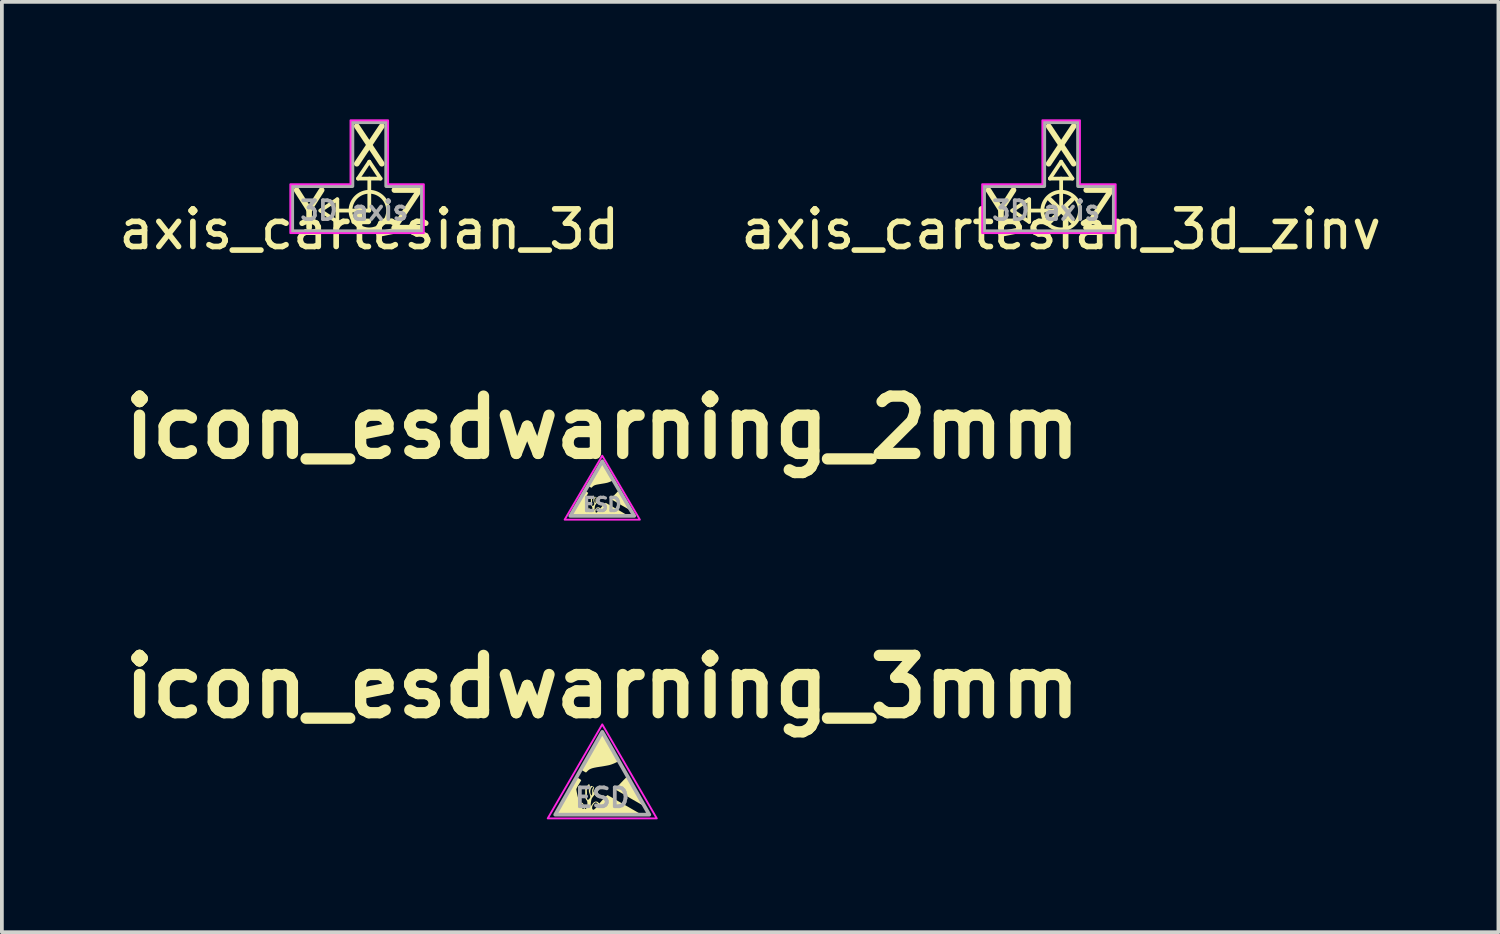
<source format=kicad_pcb>
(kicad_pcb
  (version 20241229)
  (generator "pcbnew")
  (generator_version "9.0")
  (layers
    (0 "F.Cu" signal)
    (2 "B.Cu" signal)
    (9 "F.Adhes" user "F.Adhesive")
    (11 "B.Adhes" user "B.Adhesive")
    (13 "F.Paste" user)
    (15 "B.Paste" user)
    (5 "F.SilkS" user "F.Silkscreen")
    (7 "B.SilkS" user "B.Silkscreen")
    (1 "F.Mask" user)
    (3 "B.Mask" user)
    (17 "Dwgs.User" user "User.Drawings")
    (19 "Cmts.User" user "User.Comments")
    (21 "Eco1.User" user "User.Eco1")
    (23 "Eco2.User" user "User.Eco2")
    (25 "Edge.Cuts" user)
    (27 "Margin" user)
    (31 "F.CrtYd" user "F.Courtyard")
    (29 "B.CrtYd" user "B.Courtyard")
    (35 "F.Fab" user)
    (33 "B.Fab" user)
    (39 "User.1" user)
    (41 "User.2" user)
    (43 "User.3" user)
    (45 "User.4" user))
  (footprint "axis_cartesian_3d"
    (layer "F.Cu")
    (at 6.768 2.548)
    (property "Reference" "axis_cartesian_3d" (at 0 0.5 0) (unlocked yes) (layer "F.SilkS") (effects (font (size 1 1) (thickness 0.15))))
    (attr exclude_from_pos_files exclude_from_bom)
    (fp_line (start -1.3 0) (end -0.85 0.3) (stroke (width 0.1) (type solid)) (layer "F.SilkS"))
    (fp_line (start -0.85 -0.3) (end -1.3 0) (stroke (width 0.1) (type solid)) (layer "F.SilkS"))
    (fp_line (start -0.85 0.3) (end -0.85 -0.3) (stroke (width 0.1) (type solid)) (layer "F.SilkS"))
    (fp_line (start -0.3 -0.85) (end 0.3 -0.85) (stroke (width 0.1) (type solid)) (layer "F.SilkS"))
    (fp_line (start 0 -1.3) (end -0.3 -0.85) (stroke (width 0.1) (type solid)) (layer "F.SilkS"))
    (fp_line (start 0 0) (end -0.85 0) (stroke (width 0.1) (type solid)) (layer "F.SilkS"))
    (fp_line (start 0 0) (end 0 -0.85) (stroke (width 0.1) (type solid)) (layer "F.SilkS"))
    (fp_line (start 0.3 -0.85) (end 0 -1.3) (stroke (width 0.1) (type solid)) (layer "F.SilkS"))
    (fp_circle (center 0 0) (end 0.5 0) (stroke (width 0.1) (type solid)) (fill no) (layer "F.SilkS"))
    (fp_poly (pts (xy 0.5 -0.7) (xy 1.45 -0.7) (xy 1.45 0.6) (xy -2.1 0.6) (xy -2.1 -0.7) (xy -0.5 -0.7) (xy -0.5 -2.4) (xy 0.5 -2.4)) (stroke (width 0.05) (type solid)) (fill no) (layer "F.CrtYd"))
    (fp_poly (pts (xy 0.45 -0.65) (xy 1.4 -0.65) (xy 1.4 0.55) (xy -2.05 0.55) (xy -2.05 -0.65) (xy -0.45 -0.65) (xy -0.45 -2.35) (xy 0.45 -2.35)) (stroke (width 0.1) (type solid)) (fill no) (layer "F.Fab"))
    (fp_text user "X" (at 0 -1.7 0) (layer "F.SilkS") (effects (font (size 1 1) (thickness 0.15))))
    (fp_text user "Z" (at 1 0 0) (layer "F.SilkS") (effects (font (size 1 1) (thickness 0.15))))
    (fp_text user "Y" (at -1.6 0 0) (unlocked yes) (layer "F.SilkS") (effects (font (size 1 1) (thickness 0.15))))
    (fp_text user "3D axis" (at -0.4 0 0) (unlocked yes) (layer "F.Fab") (effects (font (size 0.5 0.5) (thickness 0.1)))))
  (footprint "icon_esdwarning_3mm"
    (layer "F.Cu")
    (at 12.961 17.558)
    (property "Reference" "icon_esdwarning_3mm" (at 0 -2.35 0) (layer "F.SilkS") (effects (font (size 1.524 1.524) (thickness 0.3))))
    (attr exclude_from_pos_files exclude_from_bom)
    (fp_poly (pts (xy 0.807 0.247) (xy 0.85 0.322) (xy 0.897 0.403) (xy 0.945 0.486) (xy 0.99 0.565) (xy 1.03 0.634) (xy 1.044 0.657) (xy 1.075 0.711) (xy 1.101 0.759) (xy 1.122 0.798) (xy 1.137 0.825) (xy 1.142 0.838) (xy 1.142 0.839) (xy 1.133 0.834) (xy 1.107 0.82) (xy 1.068 0.798) (xy 1.017 0.769) (xy 0.956 0.733) (xy 0.886 0.693) (xy 0.81 0.649) (xy 0.75 0.615) (xy 0.67 0.568) (xy 0.595 0.524) (xy 0.526 0.484) (xy 0.466 0.45) (xy 0.417 0.421) (xy 0.38 0.4) (xy 0.357 0.386) (xy 0.351 0.382) (xy 0.348 0.379) (xy 0.349 0.372) (xy 0.355 0.361) (xy 0.367 0.345) (xy 0.387 0.322) (xy 0.415 0.291) (xy 0.454 0.25) (xy 0.503 0.198) (xy 0.565 0.133) (xy 0.595 0.102) (xy 0.675 0.019)) (stroke (width 0) (type solid)) (fill yes) (layer "F.SilkS"))
    (fp_poly (pts (xy 0.006 -1.132) (xy 0.021 -1.108) (xy 0.043 -1.072) (xy 0.071 -1.024) (xy 0.104 -0.968) (xy 0.141 -0.905) (xy 0.18 -0.837) (xy 0.221 -0.768) (xy 0.261 -0.698) (xy 0.3 -0.63) (xy 0.337 -0.566) (xy 0.37 -0.508) (xy 0.398 -0.459) (xy 0.419 -0.421) (xy 0.433 -0.395) (xy 0.438 -0.384) (xy 0.431 -0.374) (xy 0.409 -0.359) (xy 0.376 -0.341) (xy 0.334 -0.321) (xy 0.289 -0.302) (xy 0.244 -0.285) (xy 0.202 -0.272) (xy 0.197 -0.27) (xy 0.16 -0.262) (xy 0.108 -0.252) (xy 0.048 -0.241) (xy -0.017 -0.23) (xy -0.059 -0.224) (xy -0.143 -0.211) (xy -0.21 -0.198) (xy -0.263 -0.185) (xy -0.305 -0.17) (xy -0.339 -0.153) (xy -0.367 -0.133) (xy -0.387 -0.114) (xy -0.41 -0.091) (xy -0.427 -0.075) (xy -0.433 -0.07) (xy -0.442 -0.075) (xy -0.464 -0.087) (xy -0.493 -0.104) (xy -0.525 -0.123) (xy -0.55 -0.139) (xy -0.562 -0.148) (xy -0.561 -0.157) (xy -0.551 -0.18) (xy -0.532 -0.218) (xy -0.504 -0.27) (xy -0.467 -0.337) (xy -0.421 -0.419) (xy -0.364 -0.518) (xy -0.298 -0.634) (xy -0.289 -0.649) (xy -0.237 -0.74) (xy -0.187 -0.825) (xy -0.142 -0.903) (xy -0.101 -0.972) (xy -0.066 -1.032) (xy -0.037 -1.08) (xy -0.016 -1.115) (xy -0.003 -1.135) (xy 0.000144 -1.14)) (stroke (width 0) (type solid)) (fill yes) (layer "F.SilkS"))
    (fp_poly (pts (xy -0.684 0.053) (xy -0.663 0.063) (xy -0.635 0.079) (xy -0.606 0.097) (xy -0.581 0.114) (xy -0.564 0.128) (xy -0.56 0.133) (xy -0.565 0.146) (xy -0.579 0.172) (xy -0.6 0.207) (xy -0.625 0.248) (xy -0.625 0.249) (xy -0.651 0.291) (xy -0.671 0.329) (xy -0.685 0.358) (xy -0.69 0.375) (xy -0.688 0.394) (xy -0.682 0.427) (xy -0.673 0.471) (xy -0.663 0.519) (xy -0.652 0.568) (xy -0.641 0.613) (xy -0.632 0.648) (xy -0.629 0.66) (xy -0.611 0.7) (xy -0.588 0.722) (xy -0.557 0.73) (xy -0.554 0.73) (xy -0.531 0.734) (xy -0.513 0.748) (xy -0.499 0.774) (xy -0.486 0.817) (xy -0.481 0.837) (xy -0.469 0.877) (xy -0.457 0.898) (xy -0.443 0.901) (xy -0.427 0.885) (xy -0.426 0.884) (xy -0.269 0.884) (xy -0.259 0.908) (xy -0.239 0.919) (xy -0.232 0.92) (xy -0.218 0.913) (xy -0.195 0.896) (xy -0.169 0.871) (xy -0.141 0.842) (xy -0.127 0.82) (xy -0.121 0.799) (xy -0.12 0.787) (xy -0.124 0.757) (xy -0.14 0.738) (xy -0.146 0.733) (xy -0.166 0.724) (xy -0.184 0.725) (xy -0.204 0.739) (xy -0.229 0.768) (xy -0.238 0.779) (xy -0.259 0.815) (xy -0.269 0.851) (xy -0.269 0.884) (xy -0.426 0.884) (xy -0.419 0.873) (xy -0.405 0.846) (xy -0.398 0.817) (xy -0.395 0.778) (xy -0.395 0.764) (xy -0.396 0.725) (xy -0.4 0.697) (xy -0.41 0.676) (xy -0.424 0.656) (xy -0.435 0.64) (xy -0.443 0.625) (xy -0.448 0.607) (xy -0.451 0.581) (xy -0.452 0.545) (xy -0.453 0.492) (xy -0.453 0.491) (xy -0.453 0.363) (xy -0.41 0.301) (xy -0.389 0.272) (xy -0.371 0.25) (xy -0.361 0.24) (xy -0.361 0.24) (xy -0.348 0.245) (xy -0.337 0.253) (xy -0.33 0.261) (xy -0.33 0.271) (xy -0.341 0.288) (xy -0.362 0.315) (xy -0.367 0.32) (xy -0.39 0.349) (xy -0.404 0.37) (xy -0.409 0.39) (xy -0.409 0.415) (xy -0.408 0.437) (xy -0.406 0.479) (xy -0.408 0.52) (xy -0.41 0.541) (xy -0.413 0.576) (xy -0.408 0.611) (xy -0.399 0.64) (xy -0.387 0.656) (xy -0.384 0.657) (xy -0.369 0.653) (xy -0.35 0.637) (xy -0.332 0.614) (xy -0.319 0.591) (xy -0.318 0.585) (xy -0.319 0.562) (xy -0.326 0.53) (xy -0.333 0.508) (xy -0.349 0.461) (xy -0.354 0.437) (xy -0.318 0.437) (xy -0.314 0.48) (xy -0.306 0.504) (xy -0.292 0.531) (xy -0.281 0.54) (xy -0.273 0.529) (xy -0.268 0.499) (xy -0.267 0.452) (xy -0.268 0.448) (xy -0.268 0.404) (xy -0.266 0.377) (xy -0.262 0.362) (xy -0.255 0.356) (xy -0.243 0.345) (xy -0.24 0.328) (xy -0.246 0.315) (xy -0.257 0.312) (xy -0.281 0.326) (xy -0.3 0.355) (xy -0.313 0.394) (xy -0.318 0.437) (xy -0.354 0.437) (xy -0.356 0.427) (xy -0.356 0.4) (xy -0.348 0.373) (xy -0.341 0.358) (xy -0.321 0.319) (xy -0.306 0.296) (xy -0.292 0.286) (xy -0.278 0.287) (xy -0.263 0.294) (xy -0.234 0.311) (xy -0.219 0.322) (xy -0.216 0.334) (xy -0.222 0.351) (xy -0.226 0.359) (xy -0.237 0.403) (xy -0.236 0.425) (xy -0.226 0.456) (xy -0.212 0.467) (xy -0.195 0.459) (xy -0.193 0.457) (xy -0.184 0.441) (xy -0.189 0.422) (xy -0.19 0.421) (xy -0.196 0.398) (xy -0.189 0.371) (xy -0.189 0.371) (xy -0.177 0.343) (xy -0.133 0.368) (xy -0.115 0.378) (xy -0.103 0.386) (xy -0.099 0.396) (xy -0.103 0.408) (xy -0.118 0.428) (xy -0.144 0.456) (xy -0.182 0.496) (xy -0.188 0.503) (xy -0.221 0.541) (xy -0.25 0.577) (xy -0.272 0.609) (xy -0.28 0.623) (xy -0.288 0.649) (xy -0.295 0.683) (xy -0.301 0.722) (xy -0.305 0.76) (xy -0.307 0.792) (xy -0.306 0.814) (xy -0.302 0.82) (xy -0.293 0.812) (xy -0.278 0.792) (xy -0.272 0.78) (xy -0.24 0.737) (xy -0.205 0.71) (xy -0.168 0.699) (xy -0.132 0.706) (xy -0.104 0.727) (xy -0.078 0.755) (xy -0.022 0.69) (xy 0.01 0.654) (xy 0.044 0.618) (xy 0.077 0.585) (xy 0.106 0.557) (xy 0.128 0.538) (xy 0.14 0.53) (xy 0.14 0.53) (xy 0.15 0.535) (xy 0.174 0.549) (xy 0.212 0.57) (xy 0.262 0.598) (xy 0.321 0.632) (xy 0.387 0.67) (xy 0.459 0.711) (xy 0.535 0.755) (xy 0.613 0.799) (xy 0.69 0.843) (xy 0.765 0.887) (xy 0.836 0.928) (xy 0.901 0.965) (xy 0.958 0.998) (xy 1.005 1.025) (xy 1.03 1.041) (xy 1.023 1.042) (xy 0.996 1.043) (xy 0.951 1.044) (xy 0.889 1.045) (xy 0.812 1.046) (xy 0.719 1.047) (xy 0.611 1.048) (xy 0.491 1.048) (xy 0.358 1.049) (xy 0.215 1.049) (xy 0.061 1.05) (xy -0.102 1.05) (xy -0.114 1.05) (xy -1.273 1.05) (xy -1.258 1.028) (xy -1.251 1.015) (xy -1.234 0.986) (xy -1.209 0.944) (xy -1.178 0.889) (xy -1.14 0.824) (xy -1.11 0.772) (xy -0.586 0.772) (xy -0.579 0.802) (xy -0.57 0.822) (xy -0.544 0.866) (xy -0.522 0.892) (xy -0.502 0.9) (xy -0.494 0.896) (xy -0.492 0.881) (xy -0.494 0.858) (xy -0.506 0.813) (xy -0.524 0.778) (xy -0.546 0.756) (xy -0.558 0.752) (xy -0.579 0.755) (xy -0.586 0.772) (xy -1.11 0.772) (xy -1.097 0.749) (xy -1.05 0.668) (xy -0.999 0.58) (xy -0.97 0.53) (xy -0.919 0.441) (xy -0.871 0.357) (xy -0.826 0.28) (xy -0.787 0.212) (xy -0.753 0.154) (xy -0.726 0.107) (xy -0.707 0.073) (xy -0.696 0.055) (xy -0.694 0.051)) (stroke (width 0) (type solid)) (fill yes) (layer "F.SilkS"))
    (fp_poly (pts (xy 1.45 1.15) (xy -1.45 1.15) (xy 0 -1.35)) (stroke (width 0.05) (type solid)) (fill no) (layer "F.CrtYd"))
    (fp_poly (pts (xy 1.25 1.05) (xy -1.25 1.05) (xy 0 -1.15)) (stroke (width 0.1) (type solid)) (fill no) (layer "F.Fab"))
    (fp_text user "ESD" (at 0 0.6 0) (unlocked yes) (layer "F.Fab") (effects (font (size 0.5 0.5) (thickness 0.1)))))
  (footprint "icon_esdwarning_2mm"
    (layer "F.Cu")
    (at 12.961 9.965)
    (property "Reference" "icon_esdwarning_2mm" (at 0 -1.65 0) (layer "F.SilkS") (effects (font (size 1.524 1.524) (thickness 0.3))))
    (attr exclude_from_pos_files exclude_from_bom)
    (fp_poly (pts (xy 0.538 0.165) (xy 0.566 0.215) (xy 0.598 0.269) (xy 0.63 0.324) (xy 0.66 0.377) (xy 0.686 0.422) (xy 0.696 0.438) (xy 0.716 0.474) (xy 0.734 0.506) (xy 0.748 0.532) (xy 0.757 0.55) (xy 0.761 0.559) (xy 0.761 0.559) (xy 0.755 0.556) (xy 0.738 0.547) (xy 0.712 0.532) (xy 0.678 0.512) (xy 0.637 0.489) (xy 0.591 0.462) (xy 0.54 0.433) (xy 0.5 0.41) (xy 0.446 0.379) (xy 0.396 0.35) (xy 0.351 0.323) (xy 0.311 0.3) (xy 0.278 0.281) (xy 0.253 0.266) (xy 0.238 0.258) (xy 0.234 0.255) (xy 0.232 0.252) (xy 0.232 0.248) (xy 0.236 0.241) (xy 0.245 0.23) (xy 0.258 0.215) (xy 0.277 0.194) (xy 0.302 0.166) (xy 0.335 0.132) (xy 0.377 0.089) (xy 0.397 0.068) (xy 0.45 0.013)) (stroke (width 0) (type solid)) (fill yes) (layer "F.SilkS"))
    (fp_poly (pts (xy 0.004 -0.754) (xy 0.014 -0.739) (xy 0.028 -0.714) (xy 0.047 -0.683) (xy 0.069 -0.645) (xy 0.094 -0.603) (xy 0.12 -0.558) (xy 0.147 -0.512) (xy 0.174 -0.465) (xy 0.2 -0.42) (xy 0.225 -0.377) (xy 0.246 -0.339) (xy 0.265 -0.306) (xy 0.279 -0.281) (xy 0.289 -0.263) (xy 0.292 -0.256) (xy 0.287 -0.249) (xy 0.273 -0.239) (xy 0.25 -0.227) (xy 0.223 -0.214) (xy 0.193 -0.201) (xy 0.162 -0.19) (xy 0.134 -0.181) (xy 0.131 -0.18) (xy 0.106 -0.175) (xy 0.072 -0.168) (xy 0.032 -0.161) (xy -0.011 -0.154) (xy -0.039 -0.149) (xy -0.095 -0.14) (xy -0.14 -0.132) (xy -0.176 -0.123) (xy -0.204 -0.113) (xy -0.226 -0.102) (xy -0.245 -0.088) (xy -0.258 -0.076) (xy -0.273 -0.06) (xy -0.284 -0.05) (xy -0.288 -0.047) (xy -0.294 -0.05) (xy -0.309 -0.058) (xy -0.329 -0.069) (xy -0.35 -0.082) (xy -0.366 -0.092) (xy -0.375 -0.099) (xy -0.374 -0.105) (xy -0.367 -0.12) (xy -0.354 -0.145) (xy -0.336 -0.18) (xy -0.311 -0.224) (xy -0.28 -0.28) (xy -0.243 -0.345) (xy -0.199 -0.422) (xy -0.193 -0.433) (xy -0.158 -0.493) (xy -0.125 -0.55) (xy -0.095 -0.602) (xy -0.067 -0.648) (xy -0.044 -0.688) (xy -0.025 -0.72) (xy -0.011 -0.743) (xy -0.002 -0.757) (xy 0.000096 -0.76)) (stroke (width 0) (type solid)) (fill yes) (layer "F.SilkS"))
    (fp_poly (pts (xy -0.456 0.035) (xy -0.442 0.042) (xy -0.423 0.053) (xy -0.404 0.065) (xy -0.387 0.076) (xy -0.376 0.085) (xy -0.373 0.089) (xy -0.377 0.097) (xy -0.386 0.114) (xy -0.4 0.138) (xy -0.416 0.165) (xy -0.417 0.166) (xy -0.434 0.194) (xy -0.447 0.219) (xy -0.457 0.239) (xy -0.46 0.25) (xy -0.459 0.262) (xy -0.455 0.285) (xy -0.449 0.314) (xy -0.442 0.346) (xy -0.435 0.379) (xy -0.427 0.408) (xy -0.421 0.432) (xy -0.419 0.44) (xy -0.407 0.467) (xy -0.392 0.482) (xy -0.371 0.487) (xy -0.369 0.487) (xy -0.354 0.489) (xy -0.342 0.498) (xy -0.332 0.516) (xy -0.324 0.544) (xy -0.32 0.558) (xy -0.313 0.585) (xy -0.304 0.599) (xy -0.295 0.6) (xy -0.284 0.59) (xy -0.284 0.589) (xy -0.18 0.589) (xy -0.173 0.605) (xy -0.159 0.613) (xy -0.154 0.613) (xy -0.145 0.609) (xy -0.13 0.597) (xy -0.112 0.581) (xy -0.094 0.562) (xy -0.084 0.547) (xy -0.08 0.532) (xy -0.08 0.524) (xy -0.083 0.505) (xy -0.093 0.492) (xy -0.097 0.489) (xy -0.111 0.483) (xy -0.123 0.483) (xy -0.136 0.493) (xy -0.153 0.512) (xy -0.158 0.519) (xy -0.172 0.544) (xy -0.179 0.568) (xy -0.18 0.589) (xy -0.284 0.589) (xy -0.279 0.582) (xy -0.27 0.564) (xy -0.265 0.545) (xy -0.263 0.519) (xy -0.263 0.509) (xy -0.264 0.483) (xy -0.267 0.465) (xy -0.273 0.451) (xy -0.282 0.437) (xy -0.29 0.427) (xy -0.295 0.417) (xy -0.299 0.405) (xy -0.301 0.388) (xy -0.301 0.363) (xy -0.302 0.328) (xy -0.302 0.327) (xy -0.302 0.242) (xy -0.273 0.201) (xy -0.259 0.181) (xy -0.247 0.167) (xy -0.241 0.16) (xy -0.24 0.16) (xy -0.232 0.164) (xy -0.225 0.168) (xy -0.22 0.174) (xy -0.22 0.181) (xy -0.227 0.192) (xy -0.241 0.21) (xy -0.244 0.213) (xy -0.26 0.233) (xy -0.269 0.247) (xy -0.273 0.26) (xy -0.273 0.277) (xy -0.272 0.291) (xy -0.271 0.319) (xy -0.272 0.347) (xy -0.274 0.361) (xy -0.275 0.384) (xy -0.272 0.407) (xy -0.266 0.426) (xy -0.258 0.437) (xy -0.256 0.438) (xy -0.246 0.435) (xy -0.233 0.424) (xy -0.221 0.41) (xy -0.213 0.394) (xy -0.212 0.39) (xy -0.212 0.375) (xy -0.217 0.353) (xy -0.222 0.339) (xy -0.232 0.308) (xy -0.236 0.291) (xy -0.212 0.291) (xy -0.209 0.32) (xy -0.204 0.336) (xy -0.195 0.354) (xy -0.187 0.36) (xy -0.182 0.353) (xy -0.179 0.333) (xy -0.178 0.301) (xy -0.178 0.298) (xy -0.179 0.269) (xy -0.177 0.251) (xy -0.174 0.241) (xy -0.17 0.238) (xy -0.162 0.23) (xy -0.16 0.219) (xy -0.164 0.21) (xy -0.171 0.208) (xy -0.187 0.217) (xy -0.2 0.237) (xy -0.209 0.262) (xy -0.212 0.291) (xy -0.236 0.291) (xy -0.238 0.285) (xy -0.237 0.266) (xy -0.232 0.249) (xy -0.227 0.239) (xy -0.214 0.213) (xy -0.204 0.197) (xy -0.195 0.191) (xy -0.185 0.191) (xy -0.176 0.196) (xy -0.156 0.207) (xy -0.146 0.215) (xy -0.144 0.223) (xy -0.148 0.234) (xy -0.151 0.239) (xy -0.158 0.268) (xy -0.157 0.283) (xy -0.151 0.304) (xy -0.141 0.311) (xy -0.13 0.306) (xy -0.129 0.305) (xy -0.122 0.294) (xy -0.126 0.281) (xy -0.126 0.28) (xy -0.131 0.265) (xy -0.126 0.248) (xy -0.126 0.247) (xy -0.118 0.229) (xy -0.089 0.245) (xy -0.076 0.252) (xy -0.069 0.257) (xy -0.066 0.264) (xy -0.069 0.272) (xy -0.079 0.285) (xy -0.096 0.304) (xy -0.121 0.331) (xy -0.125 0.336) (xy -0.147 0.36) (xy -0.167 0.385) (xy -0.181 0.406) (xy -0.187 0.416) (xy -0.192 0.432) (xy -0.197 0.455) (xy -0.201 0.481) (xy -0.203 0.506) (xy -0.204 0.528) (xy -0.204 0.542) (xy -0.201 0.547) (xy -0.195 0.541) (xy -0.186 0.528) (xy -0.181 0.52) (xy -0.16 0.491) (xy -0.136 0.473) (xy -0.112 0.466) (xy -0.088 0.471) (xy -0.069 0.485) (xy -0.052 0.503) (xy -0.015 0.46) (xy 0.006 0.436) (xy 0.029 0.412) (xy 0.051 0.39) (xy 0.071 0.371) (xy 0.085 0.358) (xy 0.093 0.353) (xy 0.094 0.353) (xy 0.1 0.357) (xy 0.116 0.366) (xy 0.141 0.38) (xy 0.174 0.399) (xy 0.214 0.421) (xy 0.258 0.446) (xy 0.306 0.474) (xy 0.357 0.503) (xy 0.408 0.533) (xy 0.46 0.562) (xy 0.51 0.591) (xy 0.557 0.618) (xy 0.6 0.643) (xy 0.638 0.665) (xy 0.669 0.684) (xy 0.687 0.694) (xy 0.682 0.695) (xy 0.664 0.695) (xy 0.634 0.696) (xy 0.593 0.697) (xy 0.541 0.697) (xy 0.479 0.698) (xy 0.407 0.698) (xy 0.327 0.699) (xy 0.239 0.699) (xy 0.143 0.7) (xy 0.041 0.7) (xy -0.068 0.7) (xy -0.076 0.7) (xy -0.848 0.7) (xy -0.839 0.685) (xy -0.833 0.677) (xy -0.822 0.658) (xy -0.806 0.629) (xy -0.785 0.593) (xy -0.76 0.549) (xy -0.74 0.515) (xy -0.39 0.515) (xy -0.386 0.535) (xy -0.38 0.548) (xy -0.363 0.577) (xy -0.348 0.594) (xy -0.335 0.6) (xy -0.329 0.597) (xy -0.328 0.587) (xy -0.329 0.572) (xy -0.337 0.542) (xy -0.349 0.519) (xy -0.364 0.504) (xy -0.372 0.501) (xy -0.386 0.503) (xy -0.39 0.515) (xy -0.74 0.515) (xy -0.731 0.5) (xy -0.699 0.445) (xy -0.666 0.387) (xy -0.647 0.353) (xy -0.612 0.294) (xy -0.58 0.238) (xy -0.551 0.187) (xy -0.524 0.141) (xy -0.502 0.102) (xy -0.484 0.071) (xy -0.471 0.049) (xy -0.464 0.037) (xy -0.463 0.034)) (stroke (width 0) (type solid)) (fill yes) (layer "F.SilkS"))
    (fp_poly (pts (xy 1 0.8) (xy -1 0.8) (xy 0 -0.9)) (stroke (width 0.05) (type solid)) (fill no) (layer "F.CrtYd"))
    (fp_poly (pts (xy 0.85 0.7) (xy -0.85 0.7) (xy 0 -0.75)) (stroke (width 0.1) (type solid)) (fill no) (layer "F.Fab"))
    (fp_text user "ESD" (at 0 0.4 0) (unlocked yes) (layer "F.Fab") (effects (font (size 0.35 0.35) (thickness 0.087)))))
  (footprint "axis_cartesian_3d_zinv"
    (layer "F.Cu")
    (at 25.161 2.548)
    (property "Reference" "axis_cartesian_3d_zinv" (at 0 0.5 0) (unlocked yes) (layer "F.SilkS") (effects (font (size 1 1) (thickness 0.15))))
    (attr exclude_from_pos_files exclude_from_bom)
    (fp_line (start -1.3 0) (end -0.85 0.3) (stroke (width 0.1) (type solid)) (layer "F.SilkS"))
    (fp_line (start -0.85 -0.3) (end -1.3 0) (stroke (width 0.1) (type solid)) (layer "F.SilkS"))
    (fp_line (start -0.85 0.3) (end -0.85 -0.3) (stroke (width 0.1) (type solid)) (layer "F.SilkS"))
    (fp_line (start -0.3 -0.85) (end 0.3 -0.85) (stroke (width 0.1) (type solid)) (layer "F.SilkS"))
    (fp_line (start -0.3 -0.3) (end 0.3 0.3) (stroke (width 0.12) (type solid)) (layer "F.SilkS"))
    (fp_line (start 0 -1.3) (end -0.3 -0.85) (stroke (width 0.1) (type solid)) (layer "F.SilkS"))
    (fp_line (start 0 0) (end -0.85 0) (stroke (width 0.1) (type solid)) (layer "F.SilkS"))
    (fp_line (start 0 0) (end 0 -0.85) (stroke (width 0.1) (type solid)) (layer "F.SilkS"))
    (fp_line (start 0.3 -0.85) (end 0 -1.3) (stroke (width 0.1) (type solid)) (layer "F.SilkS"))
    (fp_line (start 0.3 -0.3) (end -0.3 0.3) (stroke (width 0.12) (type solid)) (layer "F.SilkS"))
    (fp_circle (center 0 0) (end 0.5 0) (stroke (width 0.1) (type solid)) (fill no) (layer "F.SilkS"))
    (fp_poly (pts (xy 0.5 -0.7) (xy 1.45 -0.7) (xy 1.45 0.6) (xy -2.1 0.6) (xy -2.1 -0.7) (xy -0.5 -0.7) (xy -0.5 -2.4) (xy 0.5 -2.4)) (stroke (width 0.05) (type solid)) (fill no) (layer "F.CrtYd"))
    (fp_poly (pts (xy 0.45 -0.65) (xy 1.4 -0.65) (xy 1.4 0.55) (xy -2.05 0.55) (xy -2.05 -0.65) (xy -0.45 -0.65) (xy -0.45 -2.35) (xy 0.45 -2.35)) (stroke (width 0.1) (type solid)) (fill no) (layer "F.Fab"))
    (fp_text user "Z" (at 1 0 0) (layer "F.SilkS") (effects (font (size 1 1) (thickness 0.15))))
    (fp_text user "X" (at 0 -1.7 0) (layer "F.SilkS") (effects (font (size 1 1) (thickness 0.15))))
    (fp_text user "Y" (at -1.6 0 0) (unlocked yes) (layer "F.SilkS") (effects (font (size 1 1) (thickness 0.15))))
    (fp_text user "3D axis" (at -0.4 0 0) (unlocked yes) (layer "F.Fab") (effects (font (size 0.5 0.5) (thickness 0.1)))))
  (gr_rect
    (start -3 -3)
    (end 36.786 21.733)
    (stroke (width 0.1) (type default))
    (fill no)
    (layer "Edge.Cuts")))
</source>
